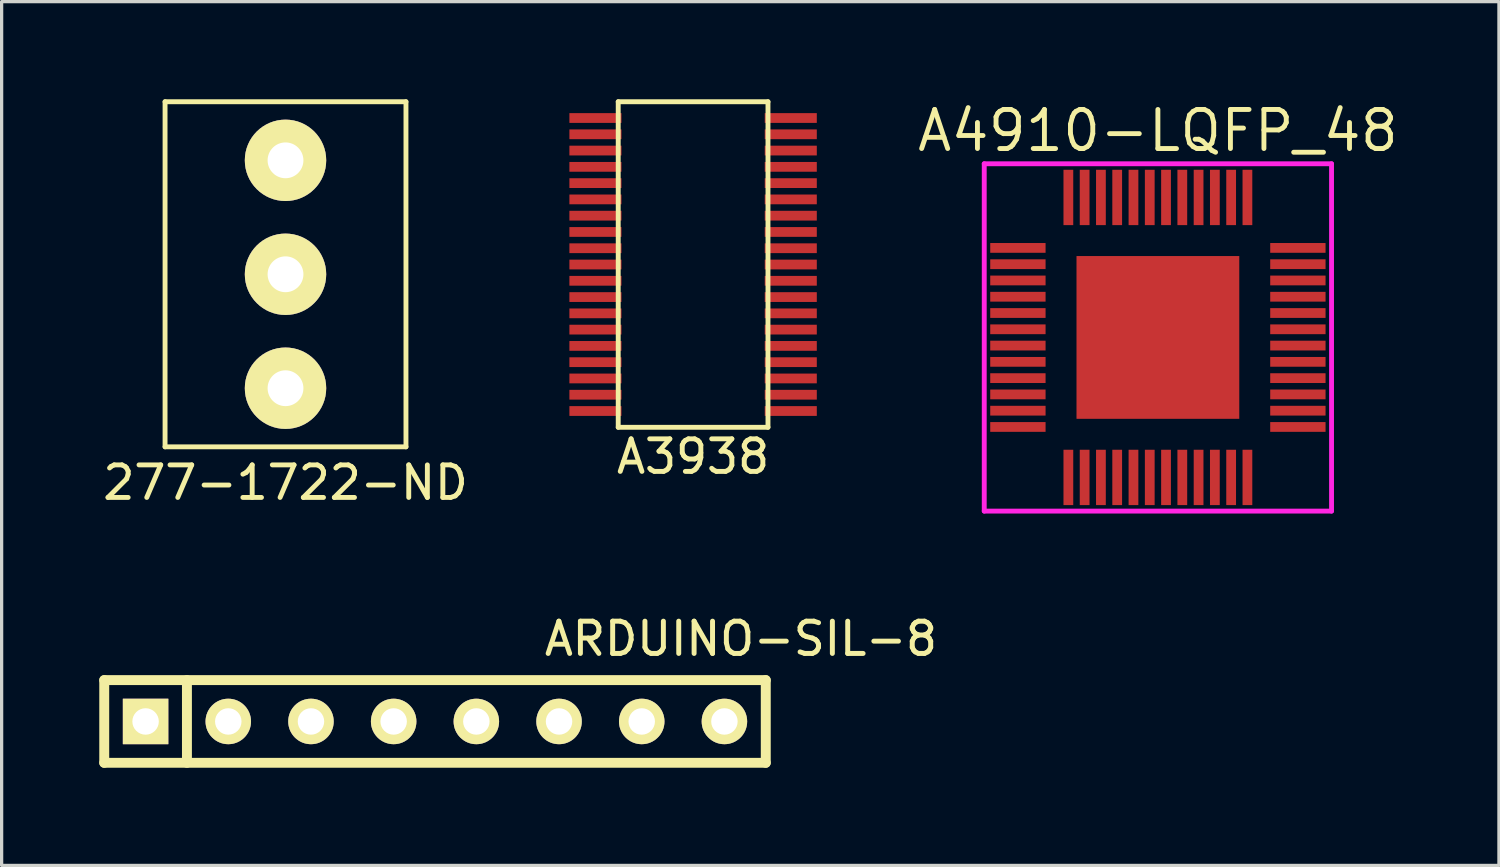
<source format=kicad_pcb>
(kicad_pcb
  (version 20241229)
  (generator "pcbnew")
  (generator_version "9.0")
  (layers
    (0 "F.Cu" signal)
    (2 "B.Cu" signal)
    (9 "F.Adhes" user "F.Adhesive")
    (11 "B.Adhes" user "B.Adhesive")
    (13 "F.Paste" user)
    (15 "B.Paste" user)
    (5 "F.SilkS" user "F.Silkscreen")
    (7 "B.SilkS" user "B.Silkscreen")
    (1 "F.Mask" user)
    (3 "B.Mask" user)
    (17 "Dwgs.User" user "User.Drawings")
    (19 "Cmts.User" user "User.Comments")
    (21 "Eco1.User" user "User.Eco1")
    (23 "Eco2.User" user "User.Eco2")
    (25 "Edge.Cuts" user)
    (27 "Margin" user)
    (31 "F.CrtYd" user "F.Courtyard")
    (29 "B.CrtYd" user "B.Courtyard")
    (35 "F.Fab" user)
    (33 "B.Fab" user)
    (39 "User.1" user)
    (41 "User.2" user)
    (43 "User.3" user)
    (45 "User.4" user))
  (footprint "ARDUINO-SIL-8"
    (layer "F.Cu")
    (at 10.312 19.111)
    (property "Reference" "ARDUINO-SIL-8" (at 9.398 -2.54 0) (layer "F.SilkS") (effects (font (size 0.991 0.991) (thickness 0.152))))
    (attr through_hole)
    (fp_line (start -10.16 -1.27) (end 10.16 -1.27) (stroke (width 0.305) (type solid)) (layer "F.SilkS"))
    (fp_line (start -10.16 1.27) (end -10.16 -1.27) (stroke (width 0.305) (type solid)) (layer "F.SilkS"))
    (fp_line (start -7.62 1.27) (end -7.62 -1.27) (stroke (width 0.305) (type solid)) (layer "F.SilkS"))
    (fp_line (start 10.16 -1.27) (end 10.16 1.27) (stroke (width 0.305) (type solid)) (layer "F.SilkS"))
    (fp_line (start 10.16 1.27) (end -10.16 1.27) (stroke (width 0.305) (type solid)) (layer "F.SilkS"))
    (pad "1" thru_hole rect (at -8.89 0) (size 1.397 1.397) (drill 0.813) (layers "*.Cu" "*.Mask" "F.SilkS"))
    (pad "2" thru_hole circle (at -6.35 0) (size 1.397 1.397) (drill 0.813) (layers "*.Cu" "*.Mask" "F.SilkS"))
    (pad "3" thru_hole circle (at -3.81 0) (size 1.397 1.397) (drill 0.813) (layers "*.Cu" "*.Mask" "F.SilkS"))
    (pad "4" thru_hole circle (at -1.27 0) (size 1.397 1.397) (drill 0.813) (layers "*.Cu" "*.Mask" "F.SilkS"))
    (pad "5" thru_hole circle (at 1.27 0) (size 1.397 1.397) (drill 0.813) (layers "*.Cu" "*.Mask" "F.SilkS"))
    (pad "6" thru_hole circle (at 3.81 0) (size 1.397 1.397) (drill 0.813) (layers "*.Cu" "*.Mask" "F.SilkS"))
    (pad "7" thru_hole circle (at 6.35 0) (size 1.397 1.397) (drill 0.813) (layers "*.Cu" "*.Mask" "F.SilkS"))
    (pad "8" thru_hole circle (at 8.89 0) (size 1.397 1.397) (drill 0.813) (layers "*.Cu" "*.Mask" "F.SilkS")))
  (footprint "277-1722-ND"
    (layer "F.Cu")
    (at 5.72 1.875)
    (property "Reference" "277-1722-ND" (at 0 9.9 0) (layer "F.SilkS") (effects (font (size 1 1) (thickness 0.15))))
    (attr through_hole)
    (fp_line (start -3.7 -1.8) (end 3.7 -1.8) (stroke (width 0.15) (type solid)) (layer "F.SilkS"))
    (fp_line (start -3.7 8.8) (end -3.7 -1.8) (stroke (width 0.15) (type solid)) (layer "F.SilkS"))
    (fp_line (start 3.7 -1.8) (end 3.7 8.8) (stroke (width 0.15) (type solid)) (layer "F.SilkS"))
    (fp_line (start 3.7 8.8) (end -3.7 8.8) (stroke (width 0.15) (type solid)) (layer "F.SilkS"))
    (pad "1" thru_hole circle (at 0 0) (size 2.5 2.5) (drill 1.1) (layers "*.Cu" "*.Mask" "F.SilkS"))
    (pad "2" thru_hole circle (at 0 3.5) (size 2.5 2.5) (drill 1.1) (layers "*.Cu" "*.Mask" "F.SilkS"))
    (pad "3" thru_hole circle (at 0 7) (size 2.5 2.5) (drill 1.1) (layers "*.Cu" "*.Mask" "F.SilkS")))
  (footprint "A3938"
    (layer "F.Cu")
    (at 18.24 5.075)
    (property "Reference" "A3938" (at 0 5.9 0) (layer "F.SilkS") (effects (font (size 1 1) (thickness 0.15))))
    (attr through_hole)
    (fp_line (start -2.3 -5) (end 2.3 -5) (stroke (width 0.15) (type solid)) (layer "F.SilkS"))
    (fp_line (start -2.3 5) (end -2.3 -5) (stroke (width 0.15) (type solid)) (layer "F.SilkS"))
    (fp_line (start 2.3 -5) (end 2.3 5) (stroke (width 0.15) (type solid)) (layer "F.SilkS"))
    (fp_line (start 2.3 5) (end -2.3 5) (stroke (width 0.15) (type solid)) (layer "F.SilkS"))
    (pad "1" smd rect (at -3 -4.5) (size 1.6 0.3) (layers "F.Cu" "F.Mask" "F.Paste"))
    (pad "2" smd rect (at -3 -4) (size 1.6 0.3) (layers "F.Cu" "F.Mask" "F.Paste"))
    (pad "3" smd rect (at -3 -3.5) (size 1.6 0.3) (layers "F.Cu" "F.Mask" "F.Paste"))
    (pad "4" smd rect (at -3 -3) (size 1.6 0.3) (layers "F.Cu" "F.Mask" "F.Paste"))
    (pad "5" smd rect (at -3 -2.5) (size 1.6 0.3) (layers "F.Cu" "F.Mask" "F.Paste"))
    (pad "6" smd rect (at -3 -2) (size 1.6 0.3) (layers "F.Cu" "F.Mask" "F.Paste"))
    (pad "7" smd rect (at -3 -1.5) (size 1.6 0.3) (layers "F.Cu" "F.Mask" "F.Paste"))
    (pad "8" smd rect (at -3 -1) (size 1.6 0.3) (layers "F.Cu" "F.Mask" "F.Paste"))
    (pad "9" smd rect (at -3 -0.5) (size 1.6 0.3) (layers "F.Cu" "F.Mask" "F.Paste"))
    (pad "10" smd rect (at -3 0) (size 1.6 0.3) (layers "F.Cu" "F.Mask" "F.Paste"))
    (pad "11" smd rect (at -3 0.5) (size 1.6 0.3) (layers "F.Cu" "F.Mask" "F.Paste"))
    (pad "12" smd rect (at -3 1) (size 1.6 0.3) (layers "F.Cu" "F.Mask" "F.Paste"))
    (pad "13" smd rect (at -3 1.5) (size 1.6 0.3) (layers "F.Cu" "F.Mask" "F.Paste"))
    (pad "14" smd rect (at -3 2) (size 1.6 0.3) (layers "F.Cu" "F.Mask" "F.Paste"))
    (pad "15" smd rect (at -3 2.5) (size 1.6 0.3) (layers "F.Cu" "F.Mask" "F.Paste"))
    (pad "16" smd rect (at -3 3) (size 1.6 0.3) (layers "F.Cu" "F.Mask" "F.Paste"))
    (pad "17" smd rect (at -3 3.5) (size 1.6 0.3) (layers "F.Cu" "F.Mask" "F.Paste"))
    (pad "18" smd rect (at -3 4) (size 1.6 0.3) (layers "F.Cu" "F.Mask" "F.Paste"))
    (pad "19" smd rect (at -3 4.5) (size 1.6 0.3) (layers "F.Cu" "F.Mask" "F.Paste"))
    (pad "20" smd rect (at 3 4.5) (size 1.6 0.3) (layers "F.Cu" "F.Mask" "F.Paste"))
    (pad "21" smd rect (at 3 4) (size 1.6 0.3) (layers "F.Cu" "F.Mask" "F.Paste"))
    (pad "22" smd rect (at 3 3.5) (size 1.6 0.3) (layers "F.Cu" "F.Mask" "F.Paste"))
    (pad "23" smd rect (at 3 3) (size 1.6 0.3) (layers "F.Cu" "F.Mask" "F.Paste"))
    (pad "24" smd rect (at 3 2.5) (size 1.6 0.3) (layers "F.Cu" "F.Mask" "F.Paste"))
    (pad "25" smd rect (at 3 2) (size 1.6 0.3) (layers "F.Cu" "F.Mask" "F.Paste"))
    (pad "26" smd rect (at 3 1.5) (size 1.6 0.3) (layers "F.Cu" "F.Mask" "F.Paste"))
    (pad "27" smd rect (at 3 1) (size 1.6 0.3) (layers "F.Cu" "F.Mask" "F.Paste"))
    (pad "28" smd rect (at 3 0.5) (size 1.6 0.3) (layers "F.Cu" "F.Mask" "F.Paste"))
    (pad "29" smd rect (at 3 0) (size 1.6 0.3) (layers "F.Cu" "F.Mask" "F.Paste"))
    (pad "30" smd rect (at 3 -0.5) (size 1.6 0.3) (layers "F.Cu" "F.Mask" "F.Paste"))
    (pad "31" smd rect (at 3 -1) (size 1.6 0.3) (layers "F.Cu" "F.Mask" "F.Paste"))
    (pad "32" smd rect (at 3 -1.5) (size 1.6 0.3) (layers "F.Cu" "F.Mask" "F.Paste"))
    (pad "33" smd rect (at 3 -2) (size 1.6 0.3) (layers "F.Cu" "F.Mask" "F.Paste"))
    (pad "34" smd rect (at 3 -2.5) (size 1.6 0.3) (layers "F.Cu" "F.Mask" "F.Paste"))
    (pad "35" smd rect (at 3 -3) (size 1.6 0.3) (layers "F.Cu" "F.Mask" "F.Paste"))
    (pad "36" smd rect (at 3 -3.5) (size 1.6 0.3) (layers "F.Cu" "F.Mask" "F.Paste"))
    (pad "37" smd rect (at 3 -4) (size 1.6 0.3) (layers "F.Cu" "F.Mask" "F.Paste"))
    (pad "38" smd rect (at 3 -4.5) (size 1.6 0.3) (layers "F.Cu" "F.Mask" "F.Paste")))
  (footprint "A4910-LQFP_48"
    (layer "F.Cu")
    (at 32.517 7.315)
    (property "Reference" "A4910-LQFP_48" (at 0 -6.35 0) (layer "F.SilkS") (effects (font (size 1.2 1.2) (thickness 0.15))))
    (attr through_hole)
    (fp_line (start -5.334 -5.334) (end 5.334 -5.334) (stroke (width 0.15) (type solid)) (layer "F.CrtYd"))
    (fp_line (start -5.334 5.334) (end -5.334 -5.334) (stroke (width 0.15) (type solid)) (layer "F.CrtYd"))
    (fp_line (start 5.334 -5.334) (end 5.334 5.334) (stroke (width 0.15) (type solid)) (layer "F.CrtYd"))
    (fp_line (start 5.334 5.334) (end -5.334 5.334) (stroke (width 0.15) (type solid)) (layer "F.CrtYd"))
    (pad "1" smd rect (at -4.3 -2.75 90) (size 0.3 1.7) (layers "F.Cu" "F.Mask" "F.Paste"))
    (pad "2" smd rect (at -4.3 -2.25 90) (size 0.3 1.7) (layers "F.Cu" "F.Mask" "F.Paste"))
    (pad "3" smd rect (at -4.3 -1.75 90) (size 0.3 1.7) (layers "F.Cu" "F.Mask" "F.Paste"))
    (pad "4" smd rect (at -4.3 -1.25 90) (size 0.3 1.7) (layers "F.Cu" "F.Mask" "F.Paste"))
    (pad "5" smd rect (at -4.3 -0.75 90) (size 0.3 1.7) (layers "F.Cu" "F.Mask" "F.Paste"))
    (pad "6" smd rect (at -4.3 -0.25 90) (size 0.3 1.7) (layers "F.Cu" "F.Mask" "F.Paste"))
    (pad "7" smd rect (at -4.3 0.25 90) (size 0.3 1.7) (layers "F.Cu" "F.Mask" "F.Paste"))
    (pad "8" smd rect (at -4.3 0.75 90) (size 0.3 1.7) (layers "F.Cu" "F.Mask" "F.Paste"))
    (pad "9" smd rect (at -4.3 1.25 90) (size 0.3 1.7) (layers "F.Cu" "F.Mask" "F.Paste"))
    (pad "10" smd rect (at -4.3 1.75 90) (size 0.3 1.7) (layers "F.Cu" "F.Mask" "F.Paste"))
    (pad "11" smd rect (at -4.3 2.25 90) (size 0.3 1.7) (layers "F.Cu" "F.Mask" "F.Paste"))
    (pad "12" smd rect (at -4.3 2.75 90) (size 0.3 1.7) (layers "F.Cu" "F.Mask" "F.Paste"))
    (pad "13" smd rect (at -2.75 4.3) (size 0.3 1.7) (layers "F.Cu" "F.Mask" "F.Paste"))
    (pad "14" smd rect (at -2.25 4.3) (size 0.3 1.7) (layers "F.Cu" "F.Mask" "F.Paste"))
    (pad "15" smd rect (at -1.75 4.3) (size 0.3 1.7) (layers "F.Cu" "F.Mask" "F.Paste"))
    (pad "16" smd rect (at -1.25 4.3) (size 0.3 1.7) (layers "F.Cu" "F.Mask" "F.Paste"))
    (pad "17" smd rect (at -0.75 4.3) (size 0.3 1.7) (layers "F.Cu" "F.Mask" "F.Paste"))
    (pad "18" smd rect (at -0.25 4.3) (size 0.3 1.7) (layers "F.Cu" "F.Mask" "F.Paste"))
    (pad "19" smd rect (at 0.25 4.3) (size 0.3 1.7) (layers "F.Cu" "F.Mask" "F.Paste"))
    (pad "20" smd rect (at 0.75 4.3) (size 0.3 1.7) (layers "F.Cu" "F.Mask" "F.Paste"))
    (pad "21" smd rect (at 1.25 4.3) (size 0.3 1.7) (layers "F.Cu" "F.Mask" "F.Paste"))
    (pad "22" smd rect (at 1.75 4.3) (size 0.3 1.7) (layers "F.Cu" "F.Mask" "F.Paste"))
    (pad "23" smd rect (at 2.25 4.3) (size 0.3 1.7) (layers "F.Cu" "F.Mask" "F.Paste"))
    (pad "24" smd rect (at 2.75 4.3) (size 0.3 1.7) (layers "F.Cu" "F.Mask" "F.Paste"))
    (pad "25" smd rect (at 4.3 2.75 90) (size 0.3 1.7) (layers "F.Cu" "F.Mask" "F.Paste"))
    (pad "26" smd rect (at 4.3 2.25 90) (size 0.3 1.7) (layers "F.Cu" "F.Mask" "F.Paste"))
    (pad "27" smd rect (at 4.3 1.75 90) (size 0.3 1.7) (layers "F.Cu" "F.Mask" "F.Paste"))
    (pad "28" smd rect (at 4.3 1.25 90) (size 0.3 1.7) (layers "F.Cu" "F.Mask" "F.Paste"))
    (pad "29" smd rect (at 4.3 0.75 90) (size 0.3 1.7) (layers "F.Cu" "F.Mask" "F.Paste"))
    (pad "30" smd rect (at 4.3 0.25 90) (size 0.3 1.7) (layers "F.Cu" "F.Mask" "F.Paste"))
    (pad "31" smd rect (at 4.3 -0.25 90) (size 0.3 1.7) (layers "F.Cu" "F.Mask" "F.Paste"))
    (pad "32" smd rect (at 4.3 -0.75 90) (size 0.3 1.7) (layers "F.Cu" "F.Mask" "F.Paste"))
    (pad "33" smd rect (at 4.3 -1.25 90) (size 0.3 1.7) (layers "F.Cu" "F.Mask" "F.Paste"))
    (pad "34" smd rect (at 4.3 -1.75 90) (size 0.3 1.7) (layers "F.Cu" "F.Mask" "F.Paste"))
    (pad "35" smd rect (at 4.3 -2.25 90) (size 0.3 1.7) (layers "F.Cu" "F.Mask" "F.Paste"))
    (pad "36" smd rect (at 4.3 -2.75 90) (size 0.3 1.7) (layers "F.Cu" "F.Mask" "F.Paste"))
    (pad "37" smd rect (at 2.75 -4.3) (size 0.3 1.7) (layers "F.Cu" "F.Mask" "F.Paste"))
    (pad "38" smd rect (at 2.25 -4.3) (size 0.3 1.7) (layers "F.Cu" "F.Mask" "F.Paste"))
    (pad "39" smd rect (at 1.75 -4.3) (size 0.3 1.7) (layers "F.Cu" "F.Mask" "F.Paste"))
    (pad "40" smd rect (at 1.25 -4.3) (size 0.3 1.7) (layers "F.Cu" "F.Mask" "F.Paste"))
    (pad "41" smd rect (at 0.75 -4.3) (size 0.3 1.7) (layers "F.Cu" "F.Mask" "F.Paste"))
    (pad "42" smd rect (at 0.25 -4.3) (size 0.3 1.7) (layers "F.Cu" "F.Mask" "F.Paste"))
    (pad "43" smd rect (at -0.25 -4.3) (size 0.3 1.7) (layers "F.Cu" "F.Mask" "F.Paste"))
    (pad "44" smd rect (at -0.75 -4.3) (size 0.3 1.7) (layers "F.Cu" "F.Mask" "F.Paste"))
    (pad "45" smd rect (at -1.25 -4.3) (size 0.3 1.7) (layers "F.Cu" "F.Mask" "F.Paste"))
    (pad "46" smd rect (at -1.75 -4.3) (size 0.3 1.7) (layers "F.Cu" "F.Mask" "F.Paste"))
    (pad "47" smd rect (at -2.25 -4.3) (size 0.3 1.7) (layers "F.Cu" "F.Mask" "F.Paste"))
    (pad "48" smd rect (at -2.75 -4.3) (size 0.3 1.7) (layers "F.Cu" "F.Mask" "F.Paste"))
    (pad "49" smd rect (at 0 0) (size 5 5) (layers "F.Cu" "F.Mask" "F.Paste")))
  (gr_rect
    (start -3 -3)
    (end 42.993 23.534)
    (stroke (width 0.1) (type default))
    (fill no)
    (layer "Edge.Cuts")))
</source>
